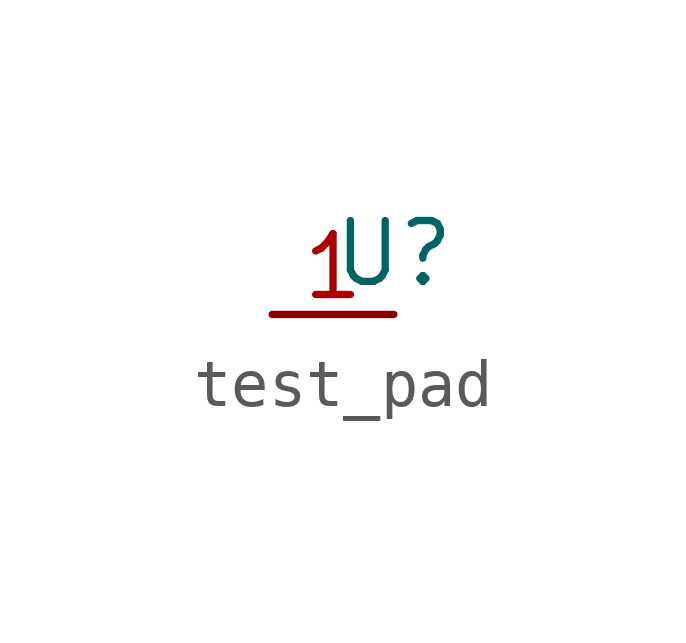
<source format=kicad_sym>
(kicad_symbol_lib
  (version 20231120)
  (generator "kicad_symbol_editor")
  (generator_version "8.0")
  (symbol "test_pad"
    (property "Reference" "U"
      (at 0 1.27 0)
      (effects (font (size 1.27 1.27))))
    (property "Value" ""
      (at 0 0 0)
      (effects (font (size 1.27 1.27))))
    (symbol "test_pad_1_1"
      (pin input line (at -2.54 0 0) (length 2.54) (name "" (effects (font (size 1.27 1.27)))) (number "1" (effects (font (size 1.27 1.27))))))))
</source>
